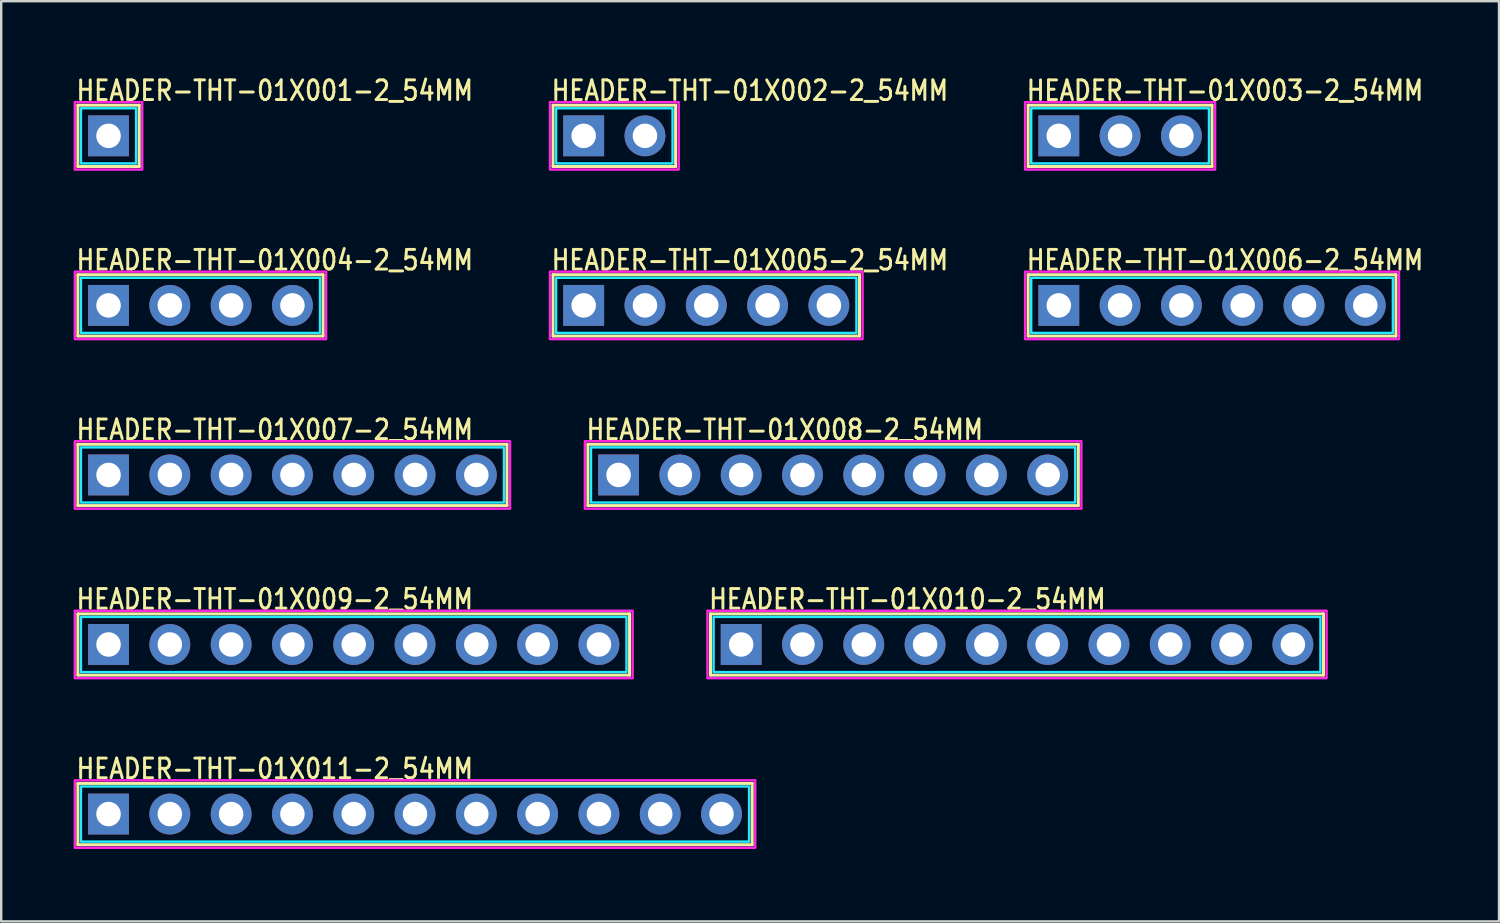
<source format=kicad_pcb>
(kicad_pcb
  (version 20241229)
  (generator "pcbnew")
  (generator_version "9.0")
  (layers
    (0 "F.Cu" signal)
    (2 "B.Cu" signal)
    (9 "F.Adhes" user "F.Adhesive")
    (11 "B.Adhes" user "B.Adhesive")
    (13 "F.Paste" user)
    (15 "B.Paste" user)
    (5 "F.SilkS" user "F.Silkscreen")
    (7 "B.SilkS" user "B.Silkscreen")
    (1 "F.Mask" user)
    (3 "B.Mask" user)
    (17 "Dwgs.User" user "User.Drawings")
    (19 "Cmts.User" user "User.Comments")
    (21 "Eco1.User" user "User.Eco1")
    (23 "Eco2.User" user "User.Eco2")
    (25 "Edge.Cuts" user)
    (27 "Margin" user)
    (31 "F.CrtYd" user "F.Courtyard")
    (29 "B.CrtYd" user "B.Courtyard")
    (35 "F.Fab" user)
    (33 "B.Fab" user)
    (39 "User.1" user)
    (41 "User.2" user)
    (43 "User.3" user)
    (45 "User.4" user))
  (footprint "HEADER-THT-01X001-2_54MM"
    (layer "F.Cu")
    (at 1.447 2.579)
    (property "Reference" "HEADER-THT-01X001-2_54MM" (at -1.4 -1.4 0) (unlocked yes) (layer "F.SilkS") (effects (font (size 0.813 0.695) (thickness 0.122)) (justify left bottom)))
    (fp_line (start -1.27 -1.27) (end -1.27 1.27) (stroke (width 0.127) (type solid)) (layer "F.SilkS"))
    (fp_line (start -1.27 1.27) (end 1.27 1.27) (stroke (width 0.127) (type solid)) (layer "F.SilkS"))
    (fp_line (start 1.27 -1.27) (end -1.27 -1.27) (stroke (width 0.127) (type solid)) (layer "F.SilkS"))
    (fp_line (start 1.27 1.27) (end 1.27 -1.27) (stroke (width 0.127) (type solid)) (layer "F.SilkS"))
    (fp_poly (pts (xy -1.143 -1.143) (xy 1.143 -1.143) (xy 1.143 1.143) (xy -1.143 1.143)) (stroke (width 0.1) (type solid)) (fill no) (layer "B.CrtYd"))
    (fp_poly (pts (xy -1.397 -1.397) (xy 1.397 -1.397) (xy 1.397 1.397) (xy -1.397 1.397)) (stroke (width 0.1) (type solid)) (fill no) (layer "F.CrtYd"))
    (pad "1" thru_hole rect (at 0 0) (size 1.693 1.693) (drill 1.016) (layers "*.Cu" "*.Mask")))
  (footprint "HEADER-THT-01X004-2_54MM"
    (layer "F.Cu")
    (at 1.447 9.604)
    (property "Reference" "HEADER-THT-01X004-2_54MM" (at -1.4 -1.4 0) (unlocked yes) (layer "F.SilkS") (effects (font (size 0.813 0.695) (thickness 0.122)) (justify left bottom)))
    (fp_line (start -1.27 -1.27) (end -1.27 1.27) (stroke (width 0.127) (type solid)) (layer "F.SilkS"))
    (fp_line (start -1.27 1.27) (end 8.89 1.27) (stroke (width 0.127) (type solid)) (layer "F.SilkS"))
    (fp_line (start 8.89 -1.27) (end -1.27 -1.27) (stroke (width 0.127) (type solid)) (layer "F.SilkS"))
    (fp_line (start 8.89 1.27) (end 8.89 -1.27) (stroke (width 0.127) (type solid)) (layer "F.SilkS"))
    (fp_poly (pts (xy -1.143 -1.143) (xy 8.763 -1.143) (xy 8.763 1.143) (xy -1.143 1.143)) (stroke (width 0.1) (type solid)) (fill no) (layer "B.CrtYd"))
    (fp_poly (pts (xy -1.397 -1.397) (xy 9.017 -1.397) (xy 9.017 1.397) (xy -1.397 1.397)) (stroke (width 0.1) (type solid)) (fill no) (layer "F.CrtYd"))
    (pad "1" thru_hole rect (at 0 0) (size 1.693 1.693) (drill 1.016) (layers "*.Cu" "*.Mask"))
    (pad "2" thru_hole oval (at 2.54 0) (size 1.693 1.693) (drill 1.016) (layers "*.Cu" "*.Mask"))
    (pad "3" thru_hole oval (at 5.08 0) (size 1.693 1.693) (drill 1.016) (layers "*.Cu" "*.Mask"))
    (pad "4" thru_hole oval (at 7.62 0) (size 1.693 1.693) (drill 1.016) (layers "*.Cu" "*.Mask")))
  (footprint "HEADER-THT-01X005-2_54MM"
    (layer "F.Cu")
    (at 21.135 9.604)
    (property "Reference" "HEADER-THT-01X005-2_54MM" (at -1.4 -1.4 0) (unlocked yes) (layer "F.SilkS") (effects (font (size 0.813 0.695) (thickness 0.122)) (justify left bottom)))
    (fp_line (start -1.27 -1.27) (end -1.27 1.27) (stroke (width 0.127) (type solid)) (layer "F.SilkS"))
    (fp_line (start -1.27 1.27) (end 11.43 1.27) (stroke (width 0.127) (type solid)) (layer "F.SilkS"))
    (fp_line (start 11.43 -1.27) (end -1.27 -1.27) (stroke (width 0.127) (type solid)) (layer "F.SilkS"))
    (fp_line (start 11.43 1.27) (end 11.43 -1.27) (stroke (width 0.127) (type solid)) (layer "F.SilkS"))
    (fp_poly (pts (xy -1.143 -1.143) (xy 11.303 -1.143) (xy 11.303 1.143) (xy -1.143 1.143)) (stroke (width 0.1) (type solid)) (fill no) (layer "B.CrtYd"))
    (fp_poly (pts (xy -1.397 -1.397) (xy 11.557 -1.397) (xy 11.557 1.397) (xy -1.397 1.397)) (stroke (width 0.1) (type solid)) (fill no) (layer "F.CrtYd"))
    (pad "1" thru_hole rect (at 0 0) (size 1.693 1.693) (drill 1.016) (layers "*.Cu" "*.Mask"))
    (pad "2" thru_hole oval (at 2.54 0) (size 1.693 1.693) (drill 1.016) (layers "*.Cu" "*.Mask"))
    (pad "3" thru_hole oval (at 5.08 0) (size 1.693 1.693) (drill 1.016) (layers "*.Cu" "*.Mask"))
    (pad "4" thru_hole oval (at 7.62 0) (size 1.693 1.693) (drill 1.016) (layers "*.Cu" "*.Mask"))
    (pad "5" thru_hole oval (at 10.16 0) (size 1.693 1.693) (drill 1.016) (layers "*.Cu" "*.Mask")))
  (footprint "HEADER-THT-01X009-2_54MM"
    (layer "F.Cu")
    (at 1.447 23.655)
    (property "Reference" "HEADER-THT-01X009-2_54MM" (at -1.4 -1.4 0) (unlocked yes) (layer "F.SilkS") (effects (font (size 0.813 0.695) (thickness 0.122)) (justify left bottom)))
    (fp_line (start -1.27 -1.27) (end -1.27 1.27) (stroke (width 0.127) (type solid)) (layer "F.SilkS"))
    (fp_line (start -1.27 1.27) (end 21.59 1.27) (stroke (width 0.127) (type solid)) (layer "F.SilkS"))
    (fp_line (start 21.59 -1.27) (end -1.27 -1.27) (stroke (width 0.127) (type solid)) (layer "F.SilkS"))
    (fp_line (start 21.59 1.27) (end 21.59 -1.27) (stroke (width 0.127) (type solid)) (layer "F.SilkS"))
    (fp_poly (pts (xy -1.143 -1.143) (xy 21.463 -1.143) (xy 21.463 1.143) (xy -1.143 1.143)) (stroke (width 0.1) (type solid)) (fill no) (layer "B.CrtYd"))
    (fp_poly (pts (xy -1.397 -1.397) (xy 21.717 -1.397) (xy 21.717 1.397) (xy -1.397 1.397)) (stroke (width 0.1) (type solid)) (fill no) (layer "F.CrtYd"))
    (pad "1" thru_hole rect (at 0 0) (size 1.693 1.693) (drill 1.016) (layers "*.Cu" "*.Mask"))
    (pad "2" thru_hole oval (at 2.54 0) (size 1.693 1.693) (drill 1.016) (layers "*.Cu" "*.Mask"))
    (pad "3" thru_hole oval (at 5.08 0) (size 1.693 1.693) (drill 1.016) (layers "*.Cu" "*.Mask"))
    (pad "4" thru_hole oval (at 7.62 0) (size 1.693 1.693) (drill 1.016) (layers "*.Cu" "*.Mask"))
    (pad "5" thru_hole oval (at 10.16 0) (size 1.693 1.693) (drill 1.016) (layers "*.Cu" "*.Mask"))
    (pad "6" thru_hole oval (at 12.7 0) (size 1.693 1.693) (drill 1.016) (layers "*.Cu" "*.Mask"))
    (pad "7" thru_hole oval (at 15.24 0) (size 1.693 1.693) (drill 1.016) (layers "*.Cu" "*.Mask"))
    (pad "8" thru_hole oval (at 17.78 0) (size 1.693 1.693) (drill 1.016) (layers "*.Cu" "*.Mask"))
    (pad "9" thru_hole oval (at 20.32 0) (size 1.693 1.693) (drill 1.016) (layers "*.Cu" "*.Mask")))
  (footprint "HEADER-THT-01X008-2_54MM"
    (layer "F.Cu")
    (at 22.581 16.63)
    (property "Reference" "HEADER-THT-01X008-2_54MM" (at -1.4 -1.4 0) (unlocked yes) (layer "F.SilkS") (effects (font (size 0.813 0.695) (thickness 0.122)) (justify left bottom)))
    (fp_line (start -1.27 -1.27) (end -1.27 1.27) (stroke (width 0.127) (type solid)) (layer "F.SilkS"))
    (fp_line (start -1.27 1.27) (end 19.05 1.27) (stroke (width 0.127) (type solid)) (layer "F.SilkS"))
    (fp_line (start 19.05 -1.27) (end -1.27 -1.27) (stroke (width 0.127) (type solid)) (layer "F.SilkS"))
    (fp_line (start 19.05 1.27) (end 19.05 -1.27) (stroke (width 0.127) (type solid)) (layer "F.SilkS"))
    (fp_poly (pts (xy -1.143 -1.143) (xy 18.923 -1.143) (xy 18.923 1.143) (xy -1.143 1.143)) (stroke (width 0.1) (type solid)) (fill no) (layer "B.CrtYd"))
    (fp_poly (pts (xy -1.397 -1.397) (xy 19.177 -1.397) (xy 19.177 1.397) (xy -1.397 1.397)) (stroke (width 0.1) (type solid)) (fill no) (layer "F.CrtYd"))
    (pad "1" thru_hole rect (at 0 0) (size 1.693 1.693) (drill 1.016) (layers "*.Cu" "*.Mask"))
    (pad "2" thru_hole oval (at 2.54 0) (size 1.693 1.693) (drill 1.016) (layers "*.Cu" "*.Mask"))
    (pad "3" thru_hole oval (at 5.08 0) (size 1.693 1.693) (drill 1.016) (layers "*.Cu" "*.Mask"))
    (pad "4" thru_hole oval (at 7.62 0) (size 1.693 1.693) (drill 1.016) (layers "*.Cu" "*.Mask"))
    (pad "5" thru_hole oval (at 10.16 0) (size 1.693 1.693) (drill 1.016) (layers "*.Cu" "*.Mask"))
    (pad "6" thru_hole oval (at 12.7 0) (size 1.693 1.693) (drill 1.016) (layers "*.Cu" "*.Mask"))
    (pad "7" thru_hole oval (at 15.24 0) (size 1.693 1.693) (drill 1.016) (layers "*.Cu" "*.Mask"))
    (pad "8" thru_hole oval (at 17.78 0) (size 1.693 1.693) (drill 1.016) (layers "*.Cu" "*.Mask")))
  (footprint "HEADER-THT-01X006-2_54MM"
    (layer "F.Cu")
    (at 40.822 9.604)
    (property "Reference" "HEADER-THT-01X006-2_54MM" (at -1.4 -1.4 0) (unlocked yes) (layer "F.SilkS") (effects (font (size 0.813 0.695) (thickness 0.122)) (justify left bottom)))
    (fp_line (start -1.27 -1.27) (end -1.27 1.27) (stroke (width 0.127) (type solid)) (layer "F.SilkS"))
    (fp_line (start -1.27 1.27) (end 13.97 1.27) (stroke (width 0.127) (type solid)) (layer "F.SilkS"))
    (fp_line (start 13.97 -1.27) (end -1.27 -1.27) (stroke (width 0.127) (type solid)) (layer "F.SilkS"))
    (fp_line (start 13.97 1.27) (end 13.97 -1.27) (stroke (width 0.127) (type solid)) (layer "F.SilkS"))
    (fp_poly (pts (xy -1.143 -1.143) (xy 13.843 -1.143) (xy 13.843 1.143) (xy -1.143 1.143)) (stroke (width 0.1) (type solid)) (fill no) (layer "B.CrtYd"))
    (fp_poly (pts (xy -1.397 -1.397) (xy 14.097 -1.397) (xy 14.097 1.397) (xy -1.397 1.397)) (stroke (width 0.1) (type solid)) (fill no) (layer "F.CrtYd"))
    (pad "1" thru_hole rect (at 0 0) (size 1.693 1.693) (drill 1.016) (layers "*.Cu" "*.Mask"))
    (pad "2" thru_hole oval (at 2.54 0) (size 1.693 1.693) (drill 1.016) (layers "*.Cu" "*.Mask"))
    (pad "3" thru_hole oval (at 5.08 0) (size 1.693 1.693) (drill 1.016) (layers "*.Cu" "*.Mask"))
    (pad "4" thru_hole oval (at 7.62 0) (size 1.693 1.693) (drill 1.016) (layers "*.Cu" "*.Mask"))
    (pad "5" thru_hole oval (at 10.16 0) (size 1.693 1.693) (drill 1.016) (layers "*.Cu" "*.Mask"))
    (pad "6" thru_hole oval (at 12.7 0) (size 1.693 1.693) (drill 1.016) (layers "*.Cu" "*.Mask")))
  (footprint "HEADER-THT-01X003-2_54MM"
    (layer "F.Cu")
    (at 40.822 2.579)
    (property "Reference" "HEADER-THT-01X003-2_54MM" (at -1.4 -1.4 0) (unlocked yes) (layer "F.SilkS") (effects (font (size 0.813 0.695) (thickness 0.122)) (justify left bottom)))
    (fp_line (start -1.27 -1.27) (end -1.27 1.27) (stroke (width 0.127) (type solid)) (layer "F.SilkS"))
    (fp_line (start -1.27 1.27) (end 6.35 1.27) (stroke (width 0.127) (type solid)) (layer "F.SilkS"))
    (fp_line (start 6.35 -1.27) (end -1.27 -1.27) (stroke (width 0.127) (type solid)) (layer "F.SilkS"))
    (fp_line (start 6.35 1.27) (end 6.35 -1.27) (stroke (width 0.127) (type solid)) (layer "F.SilkS"))
    (fp_poly (pts (xy -1.143 -1.143) (xy 6.223 -1.143) (xy 6.223 1.143) (xy -1.143 1.143)) (stroke (width 0.1) (type solid)) (fill no) (layer "B.CrtYd"))
    (fp_poly (pts (xy -1.397 -1.397) (xy 6.477 -1.397) (xy 6.477 1.397) (xy -1.397 1.397)) (stroke (width 0.1) (type solid)) (fill no) (layer "F.CrtYd"))
    (pad "1" thru_hole rect (at 0 0) (size 1.693 1.693) (drill 1.016) (layers "*.Cu" "*.Mask"))
    (pad "2" thru_hole oval (at 2.54 0) (size 1.693 1.693) (drill 1.016) (layers "*.Cu" "*.Mask"))
    (pad "3" thru_hole oval (at 5.08 0) (size 1.693 1.693) (drill 1.016) (layers "*.Cu" "*.Mask")))
  (footprint "HEADER-THT-01X007-2_54MM"
    (layer "F.Cu")
    (at 1.447 16.63)
    (property "Reference" "HEADER-THT-01X007-2_54MM" (at -1.4 -1.4 0) (unlocked yes) (layer "F.SilkS") (effects (font (size 0.813 0.695) (thickness 0.122)) (justify left bottom)))
    (fp_line (start -1.27 -1.27) (end -1.27 1.27) (stroke (width 0.127) (type solid)) (layer "F.SilkS"))
    (fp_line (start -1.27 1.27) (end 16.51 1.27) (stroke (width 0.127) (type solid)) (layer "F.SilkS"))
    (fp_line (start 16.51 -1.27) (end -1.27 -1.27) (stroke (width 0.127) (type solid)) (layer "F.SilkS"))
    (fp_line (start 16.51 1.27) (end 16.51 -1.27) (stroke (width 0.127) (type solid)) (layer "F.SilkS"))
    (fp_poly (pts (xy -1.143 -1.143) (xy 16.383 -1.143) (xy 16.383 1.143) (xy -1.143 1.143)) (stroke (width 0.1) (type solid)) (fill no) (layer "B.CrtYd"))
    (fp_poly (pts (xy -1.397 -1.397) (xy 16.637 -1.397) (xy 16.637 1.397) (xy -1.397 1.397)) (stroke (width 0.1) (type solid)) (fill no) (layer "F.CrtYd"))
    (pad "1" thru_hole rect (at 0 0) (size 1.693 1.693) (drill 1.016) (layers "*.Cu" "*.Mask"))
    (pad "2" thru_hole oval (at 2.54 0) (size 1.693 1.693) (drill 1.016) (layers "*.Cu" "*.Mask"))
    (pad "3" thru_hole oval (at 5.08 0) (size 1.693 1.693) (drill 1.016) (layers "*.Cu" "*.Mask"))
    (pad "4" thru_hole oval (at 7.62 0) (size 1.693 1.693) (drill 1.016) (layers "*.Cu" "*.Mask"))
    (pad "5" thru_hole oval (at 10.16 0) (size 1.693 1.693) (drill 1.016) (layers "*.Cu" "*.Mask"))
    (pad "6" thru_hole oval (at 12.7 0) (size 1.693 1.693) (drill 1.016) (layers "*.Cu" "*.Mask"))
    (pad "7" thru_hole oval (at 15.24 0) (size 1.693 1.693) (drill 1.016) (layers "*.Cu" "*.Mask")))
  (footprint "HEADER-THT-01X011-2_54MM"
    (layer "F.Cu")
    (at 1.447 30.681)
    (property "Reference" "HEADER-THT-01X011-2_54MM" (at -1.4 -1.4 0) (unlocked yes) (layer "F.SilkS") (effects (font (size 0.813 0.695) (thickness 0.122)) (justify left bottom)))
    (fp_line (start -1.27 -1.27) (end -1.27 1.27) (stroke (width 0.127) (type solid)) (layer "F.SilkS"))
    (fp_line (start -1.27 1.27) (end 26.67 1.27) (stroke (width 0.127) (type solid)) (layer "F.SilkS"))
    (fp_line (start 26.67 -1.27) (end -1.27 -1.27) (stroke (width 0.127) (type solid)) (layer "F.SilkS"))
    (fp_line (start 26.67 1.27) (end 26.67 -1.27) (stroke (width 0.127) (type solid)) (layer "F.SilkS"))
    (fp_poly (pts (xy -1.143 -1.143) (xy 26.543 -1.143) (xy 26.543 1.143) (xy -1.143 1.143)) (stroke (width 0.1) (type solid)) (fill no) (layer "B.CrtYd"))
    (fp_poly (pts (xy -1.397 -1.397) (xy 26.797 -1.397) (xy 26.797 1.397) (xy -1.397 1.397)) (stroke (width 0.1) (type solid)) (fill no) (layer "F.CrtYd"))
    (pad "1" thru_hole rect (at 0 0) (size 1.693 1.693) (drill 1.016) (layers "*.Cu" "*.Mask"))
    (pad "2" thru_hole oval (at 2.54 0) (size 1.693 1.693) (drill 1.016) (layers "*.Cu" "*.Mask"))
    (pad "3" thru_hole oval (at 5.08 0) (size 1.693 1.693) (drill 1.016) (layers "*.Cu" "*.Mask"))
    (pad "4" thru_hole oval (at 7.62 0) (size 1.693 1.693) (drill 1.016) (layers "*.Cu" "*.Mask"))
    (pad "5" thru_hole oval (at 10.16 0) (size 1.693 1.693) (drill 1.016) (layers "*.Cu" "*.Mask"))
    (pad "6" thru_hole oval (at 12.7 0) (size 1.693 1.693) (drill 1.016) (layers "*.Cu" "*.Mask"))
    (pad "7" thru_hole oval (at 15.24 0) (size 1.693 1.693) (drill 1.016) (layers "*.Cu" "*.Mask"))
    (pad "8" thru_hole oval (at 17.78 0) (size 1.693 1.693) (drill 1.016) (layers "*.Cu" "*.Mask"))
    (pad "9" thru_hole oval (at 20.32 0) (size 1.693 1.693) (drill 1.016) (layers "*.Cu" "*.Mask"))
    (pad "10" thru_hole oval (at 22.86 0) (size 1.693 1.693) (drill 1.016) (layers "*.Cu" "*.Mask"))
    (pad "11" thru_hole oval (at 25.4 0) (size 1.693 1.693) (drill 1.016) (layers "*.Cu" "*.Mask")))
  (footprint "HEADER-THT-01X010-2_54MM"
    (layer "F.Cu")
    (at 27.661 23.655)
    (property "Reference" "HEADER-THT-01X010-2_54MM" (at -1.4 -1.4 0) (unlocked yes) (layer "F.SilkS") (effects (font (size 0.813 0.695) (thickness 0.122)) (justify left bottom)))
    (fp_line (start -1.27 -1.27) (end -1.27 1.27) (stroke (width 0.127) (type solid)) (layer "F.SilkS"))
    (fp_line (start -1.27 1.27) (end 24.13 1.27) (stroke (width 0.127) (type solid)) (layer "F.SilkS"))
    (fp_line (start 24.13 -1.27) (end -1.27 -1.27) (stroke (width 0.127) (type solid)) (layer "F.SilkS"))
    (fp_line (start 24.13 1.27) (end 24.13 -1.27) (stroke (width 0.127) (type solid)) (layer "F.SilkS"))
    (fp_poly (pts (xy -1.143 -1.143) (xy 24.003 -1.143) (xy 24.003 1.143) (xy -1.143 1.143)) (stroke (width 0.1) (type solid)) (fill no) (layer "B.CrtYd"))
    (fp_poly (pts (xy -1.397 -1.397) (xy 24.257 -1.397) (xy 24.257 1.397) (xy -1.397 1.397)) (stroke (width 0.1) (type solid)) (fill no) (layer "F.CrtYd"))
    (pad "1" thru_hole rect (at 0 0) (size 1.693 1.693) (drill 1.016) (layers "*.Cu" "*.Mask"))
    (pad "2" thru_hole oval (at 2.54 0) (size 1.693 1.693) (drill 1.016) (layers "*.Cu" "*.Mask"))
    (pad "3" thru_hole oval (at 5.08 0) (size 1.693 1.693) (drill 1.016) (layers "*.Cu" "*.Mask"))
    (pad "4" thru_hole oval (at 7.62 0) (size 1.693 1.693) (drill 1.016) (layers "*.Cu" "*.Mask"))
    (pad "5" thru_hole oval (at 10.16 0) (size 1.693 1.693) (drill 1.016) (layers "*.Cu" "*.Mask"))
    (pad "6" thru_hole oval (at 12.7 0) (size 1.693 1.693) (drill 1.016) (layers "*.Cu" "*.Mask"))
    (pad "7" thru_hole oval (at 15.24 0) (size 1.693 1.693) (drill 1.016) (layers "*.Cu" "*.Mask"))
    (pad "8" thru_hole oval (at 17.78 0) (size 1.693 1.693) (drill 1.016) (layers "*.Cu" "*.Mask"))
    (pad "9" thru_hole oval (at 20.32 0) (size 1.693 1.693) (drill 1.016) (layers "*.Cu" "*.Mask"))
    (pad "10" thru_hole oval (at 22.86 0) (size 1.693 1.693) (drill 1.016) (layers "*.Cu" "*.Mask")))
  (footprint "HEADER-THT-01X002-2_54MM"
    (layer "F.Cu")
    (at 21.135 2.579)
    (property "Reference" "HEADER-THT-01X002-2_54MM" (at -1.4 -1.4 0) (unlocked yes) (layer "F.SilkS") (effects (font (size 0.813 0.695) (thickness 0.122)) (justify left bottom)))
    (fp_line (start -1.27 -1.27) (end -1.27 1.27) (stroke (width 0.127) (type solid)) (layer "F.SilkS"))
    (fp_line (start -1.27 1.27) (end 3.81 1.27) (stroke (width 0.127) (type solid)) (layer "F.SilkS"))
    (fp_line (start 3.81 -1.27) (end -1.27 -1.27) (stroke (width 0.127) (type solid)) (layer "F.SilkS"))
    (fp_line (start 3.81 1.27) (end 3.81 -1.27) (stroke (width 0.127) (type solid)) (layer "F.SilkS"))
    (fp_poly (pts (xy -1.143 -1.143) (xy 3.683 -1.143) (xy 3.683 1.143) (xy -1.143 1.143)) (stroke (width 0.1) (type solid)) (fill no) (layer "B.CrtYd"))
    (fp_poly (pts (xy -1.397 -1.397) (xy 3.937 -1.397) (xy 3.937 1.397) (xy -1.397 1.397)) (stroke (width 0.1) (type solid)) (fill no) (layer "F.CrtYd"))
    (pad "1" thru_hole rect (at 0 0) (size 1.693 1.693) (drill 1.016) (layers "*.Cu" "*.Mask"))
    (pad "2" thru_hole oval (at 2.54 0) (size 1.693 1.693) (drill 1.016) (layers "*.Cu" "*.Mask")))
  (gr_rect
    (start -3 -3)
    (end 59.063 35.128)
    (stroke (width 0.1) (type default))
    (fill no)
    (layer "Edge.Cuts")))
</source>
